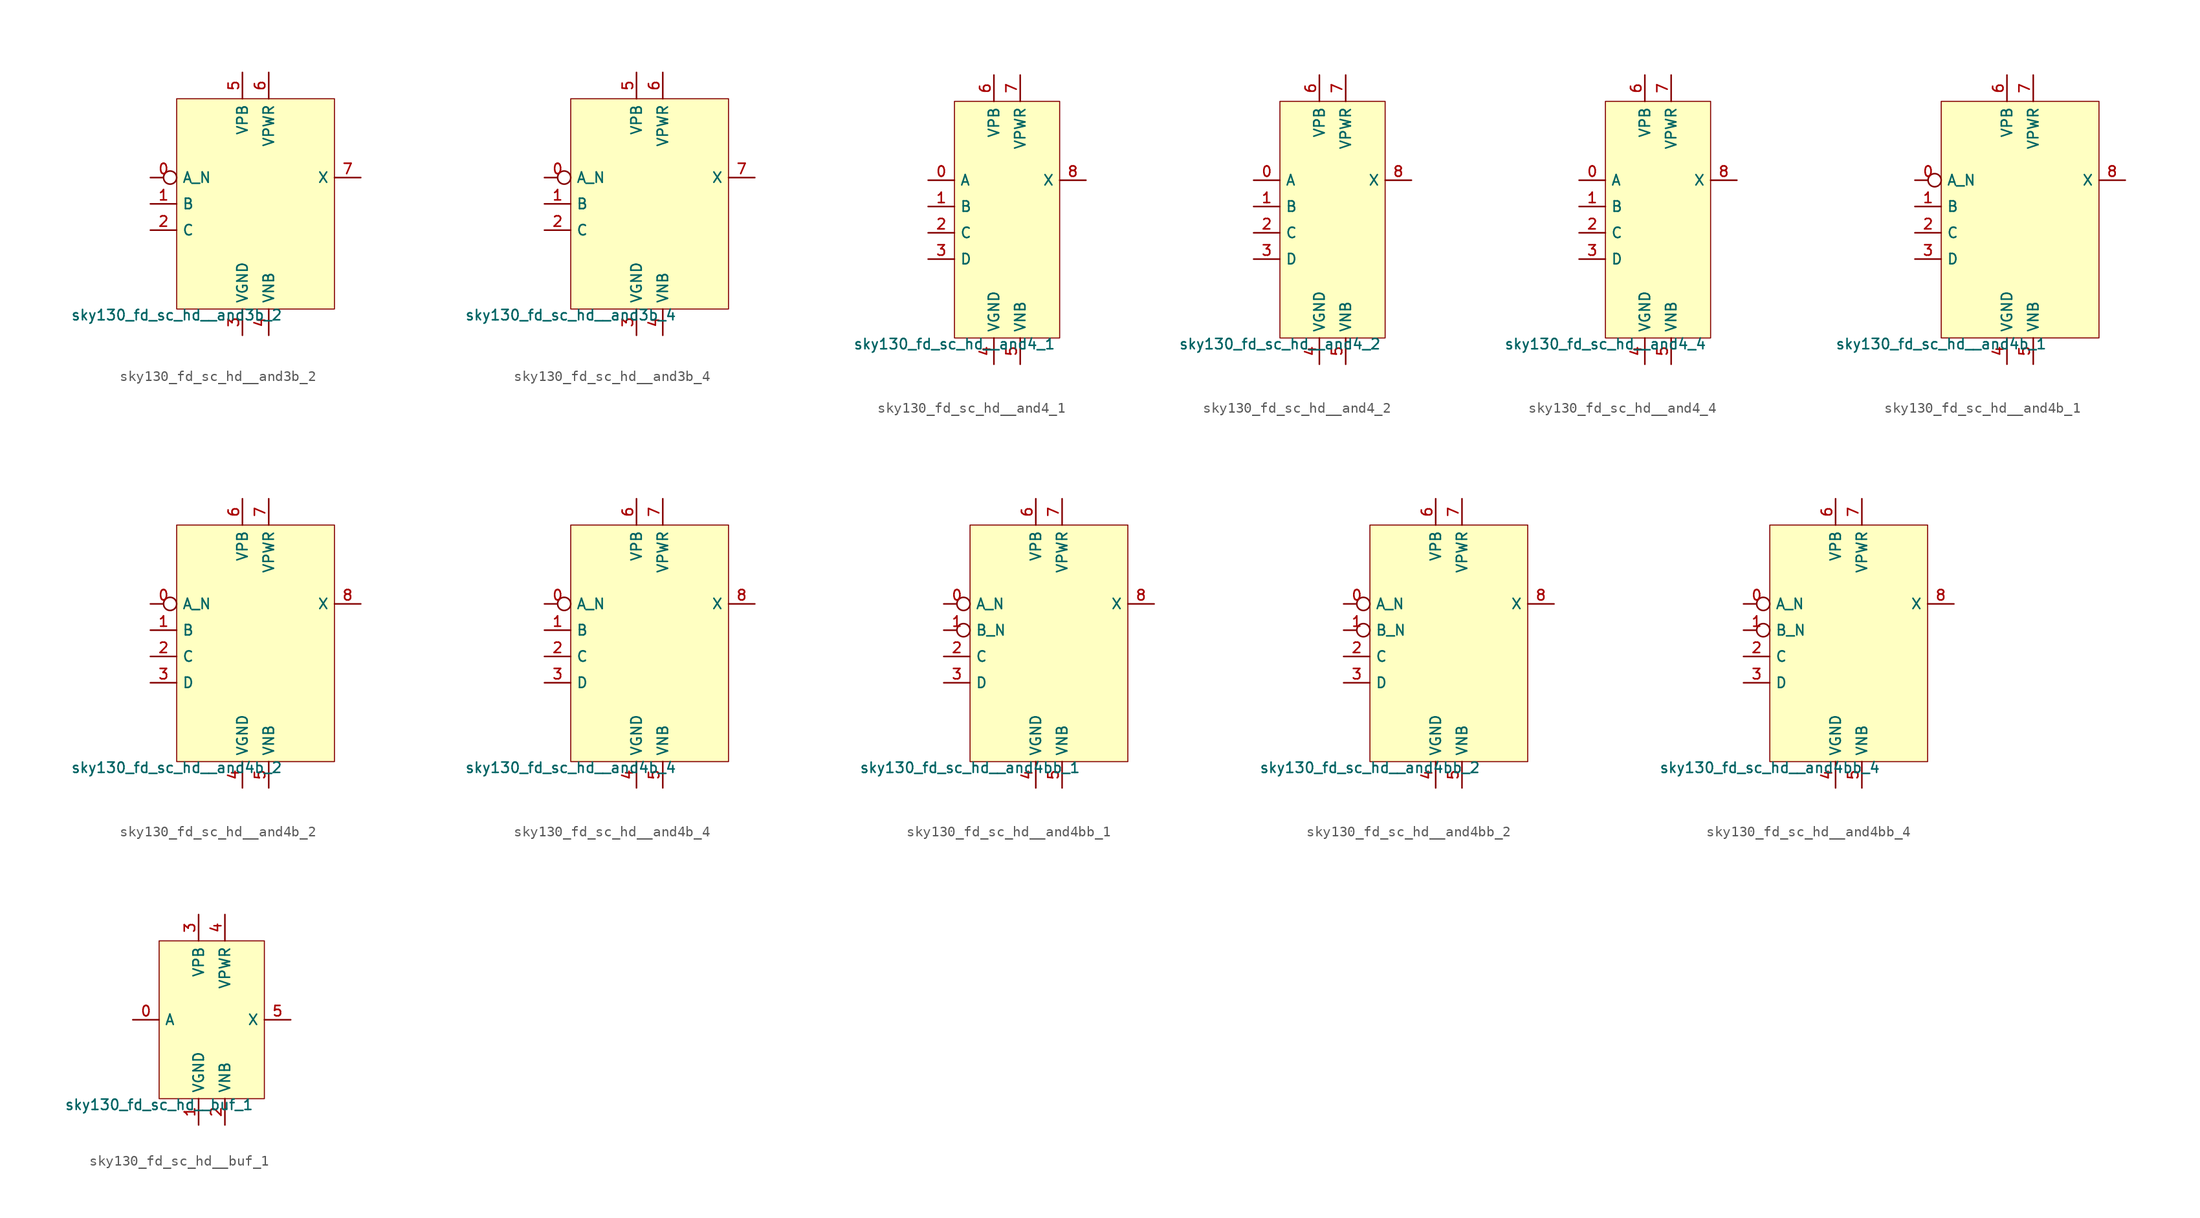
<source format=kicad_sym>
(kicad_symbol_lib
  (version 20211014)
  (generator lef2kicad_sym)
  (symbol "sky130_fd_sc_hd__and3b_2"
    (property "Reference" "X"
      (at 0 0 0)
      (effects (font (size 1 1)) hide))
    (property "Value" "sky130_fd_sc_hd__and3b_2"
      (at -7.62 -10.16 0)
      (effects (font (size 1 1)) (justify top)))
    (rectangle
      (start -7.62 -10.16)
      (end 7.62 10.16)
      (stroke (width 0.1) (type solid) (color 0 0 0 0))
      (fill (type background)))
    (pin input inverted
      (at -10.16 2.54 0)
      (length 2.54)
      (name "A_N" (effects (font (size 1 1)) hide))
      (number "0" (effects (font (size 1 1)) hide)))
    (pin input line
      (at -10.16 0.0 0)
      (length 2.54)
      (name "B" (effects (font (size 1 1)) hide))
      (number "1" (effects (font (size 1 1)) hide)))
    (pin input line
      (at -10.16 -2.54 0)
      (length 2.54)
      (name "C" (effects (font (size 1 1)) hide))
      (number "2" (effects (font (size 1 1)) hide)))
    (pin power_in line
      (at -1.27 -12.7 90)
      (length 2.54)
      (name "VGND" (effects (font (size 1 1)) hide))
      (number "3" (effects (font (size 1 1)) hide)))
    (pin power_in line
      (at 1.27 -12.7 90)
      (length 2.54)
      (name "VNB" (effects (font (size 1 1)) hide))
      (number "4" (effects (font (size 1 1)) hide)))
    (pin power_in line
      (at -1.27 12.7 270)
      (length 2.54)
      (name "VPB" (effects (font (size 1 1)) hide))
      (number "5" (effects (font (size 1 1)) hide)))
    (pin power_in line
      (at 1.27 12.7 270)
      (length 2.54)
      (name "VPWR" (effects (font (size 1 1)) hide))
      (number "6" (effects (font (size 1 1)) hide)))
    (pin output line
      (at 10.16 2.54 180)
      (length 2.54)
      (name "X" (effects (font (size 1 1)) hide))
      (number "7" (effects (font (size 1 1)) hide))))
  (symbol "sky130_fd_sc_hd__and3b_4"
    (property "Reference" "X"
      (at 0 0 0)
      (effects (font (size 1 1)) hide))
    (property "Value" "sky130_fd_sc_hd__and3b_4"
      (at -7.62 -10.16 0)
      (effects (font (size 1 1)) (justify top)))
    (rectangle
      (start -7.62 -10.16)
      (end 7.62 10.16)
      (stroke (width 0.1) (type solid) (color 0 0 0 0))
      (fill (type background)))
    (pin input inverted
      (at -10.16 2.54 0)
      (length 2.54)
      (name "A_N" (effects (font (size 1 1)) hide))
      (number "0" (effects (font (size 1 1)) hide)))
    (pin input line
      (at -10.16 0.0 0)
      (length 2.54)
      (name "B" (effects (font (size 1 1)) hide))
      (number "1" (effects (font (size 1 1)) hide)))
    (pin input line
      (at -10.16 -2.54 0)
      (length 2.54)
      (name "C" (effects (font (size 1 1)) hide))
      (number "2" (effects (font (size 1 1)) hide)))
    (pin power_in line
      (at -1.27 -12.7 90)
      (length 2.54)
      (name "VGND" (effects (font (size 1 1)) hide))
      (number "3" (effects (font (size 1 1)) hide)))
    (pin power_in line
      (at 1.27 -12.7 90)
      (length 2.54)
      (name "VNB" (effects (font (size 1 1)) hide))
      (number "4" (effects (font (size 1 1)) hide)))
    (pin power_in line
      (at -1.27 12.7 270)
      (length 2.54)
      (name "VPB" (effects (font (size 1 1)) hide))
      (number "5" (effects (font (size 1 1)) hide)))
    (pin power_in line
      (at 1.27 12.7 270)
      (length 2.54)
      (name "VPWR" (effects (font (size 1 1)) hide))
      (number "6" (effects (font (size 1 1)) hide)))
    (pin output line
      (at 10.16 2.54 180)
      (length 2.54)
      (name "X" (effects (font (size 1 1)) hide))
      (number "7" (effects (font (size 1 1)) hide))))
  (symbol "sky130_fd_sc_hd__and4_1"
    (property "Reference" "X"
      (at 0 0 0)
      (effects (font (size 1 1)) hide))
    (property "Value" "sky130_fd_sc_hd__and4_1"
      (at -5.08 -11.43 0)
      (effects (font (size 1 1)) (justify top)))
    (rectangle
      (start -5.08 -11.43)
      (end 5.08 11.43)
      (stroke (width 0.1) (type solid) (color 0 0 0 0))
      (fill (type background)))
    (pin input line
      (at -7.62 3.81 0)
      (length 2.54)
      (name "A" (effects (font (size 1 1)) hide))
      (number "0" (effects (font (size 1 1)) hide)))
    (pin input line
      (at -7.62 1.27 0)
      (length 2.54)
      (name "B" (effects (font (size 1 1)) hide))
      (number "1" (effects (font (size 1 1)) hide)))
    (pin input line
      (at -7.62 -1.27 0)
      (length 2.54)
      (name "C" (effects (font (size 1 1)) hide))
      (number "2" (effects (font (size 1 1)) hide)))
    (pin input line
      (at -7.62 -3.81 0)
      (length 2.54)
      (name "D" (effects (font (size 1 1)) hide))
      (number "3" (effects (font (size 1 1)) hide)))
    (pin power_in line
      (at -1.27 -13.97 90)
      (length 2.54)
      (name "VGND" (effects (font (size 1 1)) hide))
      (number "4" (effects (font (size 1 1)) hide)))
    (pin power_in line
      (at 1.27 -13.97 90)
      (length 2.54)
      (name "VNB" (effects (font (size 1 1)) hide))
      (number "5" (effects (font (size 1 1)) hide)))
    (pin power_in line
      (at -1.27 13.97 270)
      (length 2.54)
      (name "VPB" (effects (font (size 1 1)) hide))
      (number "6" (effects (font (size 1 1)) hide)))
    (pin power_in line
      (at 1.27 13.97 270)
      (length 2.54)
      (name "VPWR" (effects (font (size 1 1)) hide))
      (number "7" (effects (font (size 1 1)) hide)))
    (pin output line
      (at 7.62 3.81 180)
      (length 2.54)
      (name "X" (effects (font (size 1 1)) hide))
      (number "8" (effects (font (size 1 1)) hide))))
  (symbol "sky130_fd_sc_hd__and4_2"
    (property "Reference" "X"
      (at 0 0 0)
      (effects (font (size 1 1)) hide))
    (property "Value" "sky130_fd_sc_hd__and4_2"
      (at -5.08 -11.43 0)
      (effects (font (size 1 1)) (justify top)))
    (rectangle
      (start -5.08 -11.43)
      (end 5.08 11.43)
      (stroke (width 0.1) (type solid) (color 0 0 0 0))
      (fill (type background)))
    (pin input line
      (at -7.62 3.81 0)
      (length 2.54)
      (name "A" (effects (font (size 1 1)) hide))
      (number "0" (effects (font (size 1 1)) hide)))
    (pin input line
      (at -7.62 1.27 0)
      (length 2.54)
      (name "B" (effects (font (size 1 1)) hide))
      (number "1" (effects (font (size 1 1)) hide)))
    (pin input line
      (at -7.62 -1.27 0)
      (length 2.54)
      (name "C" (effects (font (size 1 1)) hide))
      (number "2" (effects (font (size 1 1)) hide)))
    (pin input line
      (at -7.62 -3.81 0)
      (length 2.54)
      (name "D" (effects (font (size 1 1)) hide))
      (number "3" (effects (font (size 1 1)) hide)))
    (pin power_in line
      (at -1.27 -13.97 90)
      (length 2.54)
      (name "VGND" (effects (font (size 1 1)) hide))
      (number "4" (effects (font (size 1 1)) hide)))
    (pin power_in line
      (at 1.27 -13.97 90)
      (length 2.54)
      (name "VNB" (effects (font (size 1 1)) hide))
      (number "5" (effects (font (size 1 1)) hide)))
    (pin power_in line
      (at -1.27 13.97 270)
      (length 2.54)
      (name "VPB" (effects (font (size 1 1)) hide))
      (number "6" (effects (font (size 1 1)) hide)))
    (pin power_in line
      (at 1.27 13.97 270)
      (length 2.54)
      (name "VPWR" (effects (font (size 1 1)) hide))
      (number "7" (effects (font (size 1 1)) hide)))
    (pin output line
      (at 7.62 3.81 180)
      (length 2.54)
      (name "X" (effects (font (size 1 1)) hide))
      (number "8" (effects (font (size 1 1)) hide))))
  (symbol "sky130_fd_sc_hd__and4_4"
    (property "Reference" "X"
      (at 0 0 0)
      (effects (font (size 1 1)) hide))
    (property "Value" "sky130_fd_sc_hd__and4_4"
      (at -5.08 -11.43 0)
      (effects (font (size 1 1)) (justify top)))
    (rectangle
      (start -5.08 -11.43)
      (end 5.08 11.43)
      (stroke (width 0.1) (type solid) (color 0 0 0 0))
      (fill (type background)))
    (pin input line
      (at -7.62 3.81 0)
      (length 2.54)
      (name "A" (effects (font (size 1 1)) hide))
      (number "0" (effects (font (size 1 1)) hide)))
    (pin input line
      (at -7.62 1.27 0)
      (length 2.54)
      (name "B" (effects (font (size 1 1)) hide))
      (number "1" (effects (font (size 1 1)) hide)))
    (pin input line
      (at -7.62 -1.27 0)
      (length 2.54)
      (name "C" (effects (font (size 1 1)) hide))
      (number "2" (effects (font (size 1 1)) hide)))
    (pin input line
      (at -7.62 -3.81 0)
      (length 2.54)
      (name "D" (effects (font (size 1 1)) hide))
      (number "3" (effects (font (size 1 1)) hide)))
    (pin power_in line
      (at -1.27 -13.97 90)
      (length 2.54)
      (name "VGND" (effects (font (size 1 1)) hide))
      (number "4" (effects (font (size 1 1)) hide)))
    (pin power_in line
      (at 1.27 -13.97 90)
      (length 2.54)
      (name "VNB" (effects (font (size 1 1)) hide))
      (number "5" (effects (font (size 1 1)) hide)))
    (pin power_in line
      (at -1.27 13.97 270)
      (length 2.54)
      (name "VPB" (effects (font (size 1 1)) hide))
      (number "6" (effects (font (size 1 1)) hide)))
    (pin power_in line
      (at 1.27 13.97 270)
      (length 2.54)
      (name "VPWR" (effects (font (size 1 1)) hide))
      (number "7" (effects (font (size 1 1)) hide)))
    (pin output line
      (at 7.62 3.81 180)
      (length 2.54)
      (name "X" (effects (font (size 1 1)) hide))
      (number "8" (effects (font (size 1 1)) hide))))
  (symbol "sky130_fd_sc_hd__and4b_1"
    (property "Reference" "X"
      (at 0 0 0)
      (effects (font (size 1 1)) hide))
    (property "Value" "sky130_fd_sc_hd__and4b_1"
      (at -7.62 -11.43 0)
      (effects (font (size 1 1)) (justify top)))
    (rectangle
      (start -7.62 -11.43)
      (end 7.62 11.43)
      (stroke (width 0.1) (type solid) (color 0 0 0 0))
      (fill (type background)))
    (pin input inverted
      (at -10.16 3.81 0)
      (length 2.54)
      (name "A_N" (effects (font (size 1 1)) hide))
      (number "0" (effects (font (size 1 1)) hide)))
    (pin input line
      (at -10.16 1.27 0)
      (length 2.54)
      (name "B" (effects (font (size 1 1)) hide))
      (number "1" (effects (font (size 1 1)) hide)))
    (pin input line
      (at -10.16 -1.27 0)
      (length 2.54)
      (name "C" (effects (font (size 1 1)) hide))
      (number "2" (effects (font (size 1 1)) hide)))
    (pin input line
      (at -10.16 -3.81 0)
      (length 2.54)
      (name "D" (effects (font (size 1 1)) hide))
      (number "3" (effects (font (size 1 1)) hide)))
    (pin power_in line
      (at -1.27 -13.97 90)
      (length 2.54)
      (name "VGND" (effects (font (size 1 1)) hide))
      (number "4" (effects (font (size 1 1)) hide)))
    (pin power_in line
      (at 1.27 -13.97 90)
      (length 2.54)
      (name "VNB" (effects (font (size 1 1)) hide))
      (number "5" (effects (font (size 1 1)) hide)))
    (pin power_in line
      (at -1.27 13.97 270)
      (length 2.54)
      (name "VPB" (effects (font (size 1 1)) hide))
      (number "6" (effects (font (size 1 1)) hide)))
    (pin power_in line
      (at 1.27 13.97 270)
      (length 2.54)
      (name "VPWR" (effects (font (size 1 1)) hide))
      (number "7" (effects (font (size 1 1)) hide)))
    (pin output line
      (at 10.16 3.81 180)
      (length 2.54)
      (name "X" (effects (font (size 1 1)) hide))
      (number "8" (effects (font (size 1 1)) hide))))
  (symbol "sky130_fd_sc_hd__and4b_2"
    (property "Reference" "X"
      (at 0 0 0)
      (effects (font (size 1 1)) hide))
    (property "Value" "sky130_fd_sc_hd__and4b_2"
      (at -7.62 -11.43 0)
      (effects (font (size 1 1)) (justify top)))
    (rectangle
      (start -7.62 -11.43)
      (end 7.62 11.43)
      (stroke (width 0.1) (type solid) (color 0 0 0 0))
      (fill (type background)))
    (pin input inverted
      (at -10.16 3.81 0)
      (length 2.54)
      (name "A_N" (effects (font (size 1 1)) hide))
      (number "0" (effects (font (size 1 1)) hide)))
    (pin input line
      (at -10.16 1.27 0)
      (length 2.54)
      (name "B" (effects (font (size 1 1)) hide))
      (number "1" (effects (font (size 1 1)) hide)))
    (pin input line
      (at -10.16 -1.27 0)
      (length 2.54)
      (name "C" (effects (font (size 1 1)) hide))
      (number "2" (effects (font (size 1 1)) hide)))
    (pin input line
      (at -10.16 -3.81 0)
      (length 2.54)
      (name "D" (effects (font (size 1 1)) hide))
      (number "3" (effects (font (size 1 1)) hide)))
    (pin power_in line
      (at -1.27 -13.97 90)
      (length 2.54)
      (name "VGND" (effects (font (size 1 1)) hide))
      (number "4" (effects (font (size 1 1)) hide)))
    (pin power_in line
      (at 1.27 -13.97 90)
      (length 2.54)
      (name "VNB" (effects (font (size 1 1)) hide))
      (number "5" (effects (font (size 1 1)) hide)))
    (pin power_in line
      (at -1.27 13.97 270)
      (length 2.54)
      (name "VPB" (effects (font (size 1 1)) hide))
      (number "6" (effects (font (size 1 1)) hide)))
    (pin power_in line
      (at 1.27 13.97 270)
      (length 2.54)
      (name "VPWR" (effects (font (size 1 1)) hide))
      (number "7" (effects (font (size 1 1)) hide)))
    (pin output line
      (at 10.16 3.81 180)
      (length 2.54)
      (name "X" (effects (font (size 1 1)) hide))
      (number "8" (effects (font (size 1 1)) hide))))
  (symbol "sky130_fd_sc_hd__and4b_4"
    (property "Reference" "X"
      (at 0 0 0)
      (effects (font (size 1 1)) hide))
    (property "Value" "sky130_fd_sc_hd__and4b_4"
      (at -7.62 -11.43 0)
      (effects (font (size 1 1)) (justify top)))
    (rectangle
      (start -7.62 -11.43)
      (end 7.62 11.43)
      (stroke (width 0.1) (type solid) (color 0 0 0 0))
      (fill (type background)))
    (pin input inverted
      (at -10.16 3.81 0)
      (length 2.54)
      (name "A_N" (effects (font (size 1 1)) hide))
      (number "0" (effects (font (size 1 1)) hide)))
    (pin input line
      (at -10.16 1.27 0)
      (length 2.54)
      (name "B" (effects (font (size 1 1)) hide))
      (number "1" (effects (font (size 1 1)) hide)))
    (pin input line
      (at -10.16 -1.27 0)
      (length 2.54)
      (name "C" (effects (font (size 1 1)) hide))
      (number "2" (effects (font (size 1 1)) hide)))
    (pin input line
      (at -10.16 -3.81 0)
      (length 2.54)
      (name "D" (effects (font (size 1 1)) hide))
      (number "3" (effects (font (size 1 1)) hide)))
    (pin power_in line
      (at -1.27 -13.97 90)
      (length 2.54)
      (name "VGND" (effects (font (size 1 1)) hide))
      (number "4" (effects (font (size 1 1)) hide)))
    (pin power_in line
      (at 1.27 -13.97 90)
      (length 2.54)
      (name "VNB" (effects (font (size 1 1)) hide))
      (number "5" (effects (font (size 1 1)) hide)))
    (pin power_in line
      (at -1.27 13.97 270)
      (length 2.54)
      (name "VPB" (effects (font (size 1 1)) hide))
      (number "6" (effects (font (size 1 1)) hide)))
    (pin power_in line
      (at 1.27 13.97 270)
      (length 2.54)
      (name "VPWR" (effects (font (size 1 1)) hide))
      (number "7" (effects (font (size 1 1)) hide)))
    (pin output line
      (at 10.16 3.81 180)
      (length 2.54)
      (name "X" (effects (font (size 1 1)) hide))
      (number "8" (effects (font (size 1 1)) hide))))
  (symbol "sky130_fd_sc_hd__and4bb_1"
    (property "Reference" "X"
      (at 0 0 0)
      (effects (font (size 1 1)) hide))
    (property "Value" "sky130_fd_sc_hd__and4bb_1"
      (at -7.62 -11.43 0)
      (effects (font (size 1 1)) (justify top)))
    (rectangle
      (start -7.62 -11.43)
      (end 7.62 11.43)
      (stroke (width 0.1) (type solid) (color 0 0 0 0))
      (fill (type background)))
    (pin input inverted
      (at -10.16 3.81 0)
      (length 2.54)
      (name "A_N" (effects (font (size 1 1)) hide))
      (number "0" (effects (font (size 1 1)) hide)))
    (pin input inverted
      (at -10.16 1.27 0)
      (length 2.54)
      (name "B_N" (effects (font (size 1 1)) hide))
      (number "1" (effects (font (size 1 1)) hide)))
    (pin input line
      (at -10.16 -1.27 0)
      (length 2.54)
      (name "C" (effects (font (size 1 1)) hide))
      (number "2" (effects (font (size 1 1)) hide)))
    (pin input line
      (at -10.16 -3.81 0)
      (length 2.54)
      (name "D" (effects (font (size 1 1)) hide))
      (number "3" (effects (font (size 1 1)) hide)))
    (pin power_in line
      (at -1.27 -13.97 90)
      (length 2.54)
      (name "VGND" (effects (font (size 1 1)) hide))
      (number "4" (effects (font (size 1 1)) hide)))
    (pin power_in line
      (at 1.27 -13.97 90)
      (length 2.54)
      (name "VNB" (effects (font (size 1 1)) hide))
      (number "5" (effects (font (size 1 1)) hide)))
    (pin power_in line
      (at -1.27 13.97 270)
      (length 2.54)
      (name "VPB" (effects (font (size 1 1)) hide))
      (number "6" (effects (font (size 1 1)) hide)))
    (pin power_in line
      (at 1.27 13.97 270)
      (length 2.54)
      (name "VPWR" (effects (font (size 1 1)) hide))
      (number "7" (effects (font (size 1 1)) hide)))
    (pin output line
      (at 10.16 3.81 180)
      (length 2.54)
      (name "X" (effects (font (size 1 1)) hide))
      (number "8" (effects (font (size 1 1)) hide))))
  (symbol "sky130_fd_sc_hd__and4bb_2"
    (property "Reference" "X"
      (at 0 0 0)
      (effects (font (size 1 1)) hide))
    (property "Value" "sky130_fd_sc_hd__and4bb_2"
      (at -7.62 -11.43 0)
      (effects (font (size 1 1)) (justify top)))
    (rectangle
      (start -7.62 -11.43)
      (end 7.62 11.43)
      (stroke (width 0.1) (type solid) (color 0 0 0 0))
      (fill (type background)))
    (pin input inverted
      (at -10.16 3.81 0)
      (length 2.54)
      (name "A_N" (effects (font (size 1 1)) hide))
      (number "0" (effects (font (size 1 1)) hide)))
    (pin input inverted
      (at -10.16 1.27 0)
      (length 2.54)
      (name "B_N" (effects (font (size 1 1)) hide))
      (number "1" (effects (font (size 1 1)) hide)))
    (pin input line
      (at -10.16 -1.27 0)
      (length 2.54)
      (name "C" (effects (font (size 1 1)) hide))
      (number "2" (effects (font (size 1 1)) hide)))
    (pin input line
      (at -10.16 -3.81 0)
      (length 2.54)
      (name "D" (effects (font (size 1 1)) hide))
      (number "3" (effects (font (size 1 1)) hide)))
    (pin power_in line
      (at -1.27 -13.97 90)
      (length 2.54)
      (name "VGND" (effects (font (size 1 1)) hide))
      (number "4" (effects (font (size 1 1)) hide)))
    (pin power_in line
      (at 1.27 -13.97 90)
      (length 2.54)
      (name "VNB" (effects (font (size 1 1)) hide))
      (number "5" (effects (font (size 1 1)) hide)))
    (pin power_in line
      (at -1.27 13.97 270)
      (length 2.54)
      (name "VPB" (effects (font (size 1 1)) hide))
      (number "6" (effects (font (size 1 1)) hide)))
    (pin power_in line
      (at 1.27 13.97 270)
      (length 2.54)
      (name "VPWR" (effects (font (size 1 1)) hide))
      (number "7" (effects (font (size 1 1)) hide)))
    (pin output line
      (at 10.16 3.81 180)
      (length 2.54)
      (name "X" (effects (font (size 1 1)) hide))
      (number "8" (effects (font (size 1 1)) hide))))
  (symbol "sky130_fd_sc_hd__and4bb_4"
    (property "Reference" "X"
      (at 0 0 0)
      (effects (font (size 1 1)) hide))
    (property "Value" "sky130_fd_sc_hd__and4bb_4"
      (at -7.62 -11.43 0)
      (effects (font (size 1 1)) (justify top)))
    (rectangle
      (start -7.62 -11.43)
      (end 7.62 11.43)
      (stroke (width 0.1) (type solid) (color 0 0 0 0))
      (fill (type background)))
    (pin input inverted
      (at -10.16 3.81 0)
      (length 2.54)
      (name "A_N" (effects (font (size 1 1)) hide))
      (number "0" (effects (font (size 1 1)) hide)))
    (pin input inverted
      (at -10.16 1.27 0)
      (length 2.54)
      (name "B_N" (effects (font (size 1 1)) hide))
      (number "1" (effects (font (size 1 1)) hide)))
    (pin input line
      (at -10.16 -1.27 0)
      (length 2.54)
      (name "C" (effects (font (size 1 1)) hide))
      (number "2" (effects (font (size 1 1)) hide)))
    (pin input line
      (at -10.16 -3.81 0)
      (length 2.54)
      (name "D" (effects (font (size 1 1)) hide))
      (number "3" (effects (font (size 1 1)) hide)))
    (pin power_in line
      (at -1.27 -13.97 90)
      (length 2.54)
      (name "VGND" (effects (font (size 1 1)) hide))
      (number "4" (effects (font (size 1 1)) hide)))
    (pin power_in line
      (at 1.27 -13.97 90)
      (length 2.54)
      (name "VNB" (effects (font (size 1 1)) hide))
      (number "5" (effects (font (size 1 1)) hide)))
    (pin power_in line
      (at -1.27 13.97 270)
      (length 2.54)
      (name "VPB" (effects (font (size 1 1)) hide))
      (number "6" (effects (font (size 1 1)) hide)))
    (pin power_in line
      (at 1.27 13.97 270)
      (length 2.54)
      (name "VPWR" (effects (font (size 1 1)) hide))
      (number "7" (effects (font (size 1 1)) hide)))
    (pin output line
      (at 10.16 3.81 180)
      (length 2.54)
      (name "X" (effects (font (size 1 1)) hide))
      (number "8" (effects (font (size 1 1)) hide))))
  (symbol "sky130_fd_sc_hd__buf_1"
    (property "Reference" "X"
      (at 0 0 0)
      (effects (font (size 1 1)) hide))
    (property "Value" "sky130_fd_sc_hd__buf_1"
      (at -5.08 -7.62 0)
      (effects (font (size 1 1)) (justify top)))
    (rectangle
      (start -5.08 -7.62)
      (end 5.08 7.62)
      (stroke (width 0.1) (type solid) (color 0 0 0 0))
      (fill (type background)))
    (pin input line
      (at -7.62 0.0 0)
      (length 2.54)
      (name "A" (effects (font (size 1 1)) hide))
      (number "0" (effects (font (size 1 1)) hide)))
    (pin power_in line
      (at -1.27 -10.16 90)
      (length 2.54)
      (name "VGND" (effects (font (size 1 1)) hide))
      (number "1" (effects (font (size 1 1)) hide)))
    (pin power_in line
      (at 1.27 -10.16 90)
      (length 2.54)
      (name "VNB" (effects (font (size 1 1)) hide))
      (number "2" (effects (font (size 1 1)) hide)))
    (pin power_in line
      (at -1.27 10.16 270)
      (length 2.54)
      (name "VPB" (effects (font (size 1 1)) hide))
      (number "3" (effects (font (size 1 1)) hide)))
    (pin power_in line
      (at 1.27 10.16 270)
      (length 2.54)
      (name "VPWR" (effects (font (size 1 1)) hide))
      (number "4" (effects (font (size 1 1)) hide)))
    (pin output line
      (at 7.62 0.0 180)
      (length 2.54)
      (name "X" (effects (font (size 1 1)) hide))
      (number "5" (effects (font (size 1 1)) hide)))))
</source>
